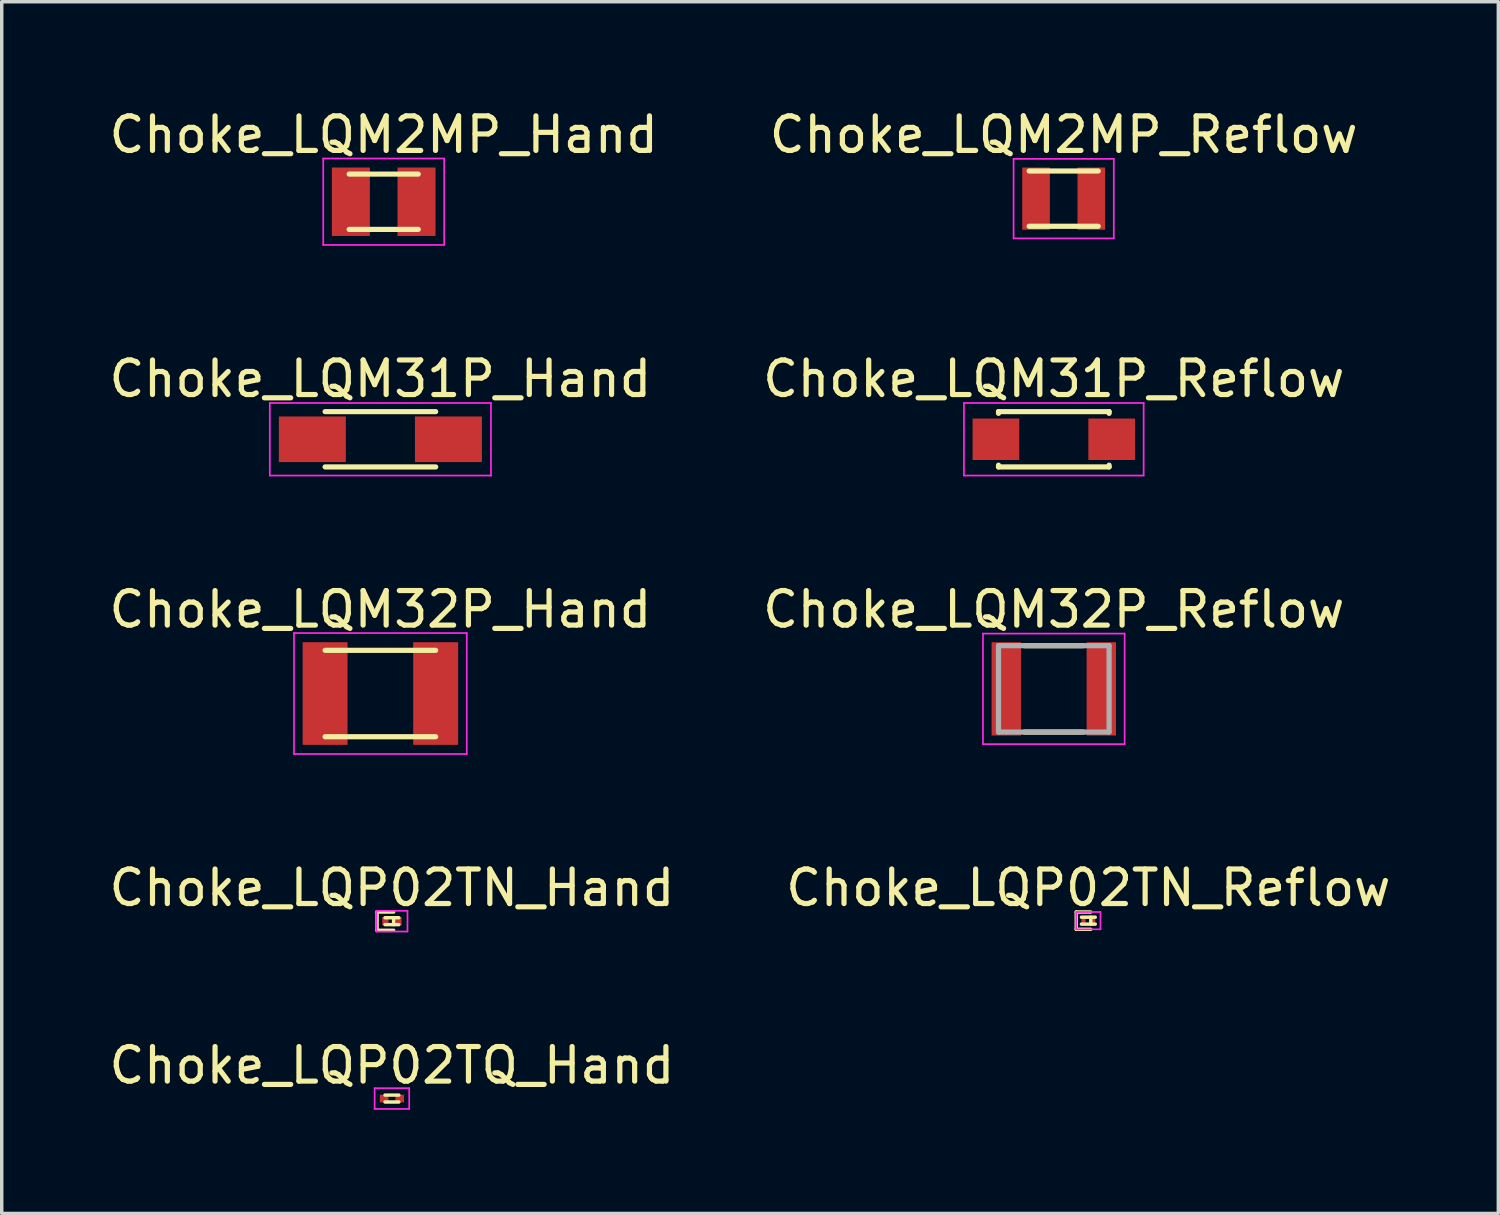
<source format=kicad_pcb>
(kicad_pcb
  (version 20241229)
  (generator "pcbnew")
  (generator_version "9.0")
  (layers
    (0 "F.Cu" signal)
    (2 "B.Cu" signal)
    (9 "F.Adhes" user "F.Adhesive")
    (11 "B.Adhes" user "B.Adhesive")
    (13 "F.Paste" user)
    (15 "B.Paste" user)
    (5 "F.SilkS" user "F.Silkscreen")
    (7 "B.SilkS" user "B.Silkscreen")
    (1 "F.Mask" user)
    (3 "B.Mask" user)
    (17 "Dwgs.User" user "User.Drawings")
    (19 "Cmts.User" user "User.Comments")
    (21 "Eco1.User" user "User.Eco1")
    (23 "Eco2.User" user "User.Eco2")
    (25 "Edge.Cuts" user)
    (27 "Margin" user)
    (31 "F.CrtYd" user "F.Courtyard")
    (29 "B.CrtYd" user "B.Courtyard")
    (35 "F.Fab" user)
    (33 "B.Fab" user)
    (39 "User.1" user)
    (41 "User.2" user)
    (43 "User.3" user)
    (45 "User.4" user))
  (footprint "Choke_LQM2MP_Reflow"
    (layer "F.Cu")
    (at 27.732 2.698)
    (property "Reference" "Choke_LQM2MP_Reflow" (at 0 -1.85 0) (layer "F.SilkS") (effects (font (size 1 1) (thickness 0.15))))
    (attr smd)
    (fp_line (start -1 -0.8) (end 1 -0.8) (stroke (width 0.15) (type solid)) (layer "F.SilkS"))
    (fp_line (start -1 0.8) (end 1 0.8) (stroke (width 0.15) (type solid)) (layer "F.SilkS"))
    (fp_line (start -1.45 -1.15) (end -1.45 1.15) (stroke (width 0.05) (type solid)) (layer "F.CrtYd"))
    (fp_line (start -1.45 -1.15) (end 1.45 -1.15) (stroke (width 0.05) (type solid)) (layer "F.CrtYd"))
    (fp_line (start -1.45 1.15) (end 1.45 1.15) (stroke (width 0.05) (type solid)) (layer "F.CrtYd"))
    (fp_line (start 1.45 -1.15) (end 1.45 1.15) (stroke (width 0.05) (type solid)) (layer "F.CrtYd"))
    (pad "1" smd rect (at -0.8 0) (size 0.8 1.8) (layers "F.Cu" "F.Mask" "F.Paste"))
    (pad "2" smd rect (at 0.8 0) (size 0.8 1.8) (layers "F.Cu" "F.Mask" "F.Paste")))
  (footprint "Choke_LQM32P_Hand"
    (layer "F.Cu")
    (at 7.958 17.02)
    (property "Reference" "Choke_LQM32P_Hand" (at 0 -2.435 0) (layer "F.SilkS") (effects (font (size 1 1) (thickness 0.15))))
    (attr smd)
    (fp_line (start -1.6 -1.25) (end 1.6 -1.25) (stroke (width 0.15) (type solid)) (layer "F.SilkS"))
    (fp_line (start -1.6 1.25) (end 1.6 1.25) (stroke (width 0.15) (type solid)) (layer "F.SilkS"))
    (fp_line (start -2.5 -1.75) (end -2.5 1.75) (stroke (width 0.05) (type solid)) (layer "F.CrtYd"))
    (fp_line (start -2.5 -1.75) (end 2.5 -1.75) (stroke (width 0.05) (type solid)) (layer "F.CrtYd"))
    (fp_line (start -2.5 1.75) (end 2.5 1.75) (stroke (width 0.05) (type solid)) (layer "F.CrtYd"))
    (fp_line (start 2.5 -1.75) (end 2.5 1.75) (stroke (width 0.05) (type solid)) (layer "F.CrtYd"))
    (pad "1" smd rect (at -1.6 0) (size 1.3 2.97) (layers "F.Cu" "F.Mask" "F.Paste"))
    (pad "2" smd rect (at 1.6 0) (size 1.3 2.97) (layers "F.Cu" "F.Mask" "F.Paste")))
  (footprint "Choke_LQM31P_Hand"
    (layer "F.Cu")
    (at 7.958 9.662)
    (property "Reference" "Choke_LQM31P_Hand" (at 0 -1.75 0) (layer "F.SilkS") (effects (font (size 1 1) (thickness 0.15))))
    (attr smd)
    (fp_line (start -1.6 -0.8) (end 1.6 -0.8) (stroke (width 0.15) (type solid)) (layer "F.SilkS"))
    (fp_line (start -1.6 0.8) (end 1.6 0.8) (stroke (width 0.15) (type solid)) (layer "F.SilkS"))
    (fp_line (start -3.2 -1.05) (end -3.2 1.05) (stroke (width 0.05) (type solid)) (layer "F.CrtYd"))
    (fp_line (start -3.2 -1.05) (end 3.2 -1.05) (stroke (width 0.05) (type solid)) (layer "F.CrtYd"))
    (fp_line (start -3.2 1.05) (end 3.2 1.05) (stroke (width 0.05) (type solid)) (layer "F.CrtYd"))
    (fp_line (start 3.2 -1.05) (end 3.2 1.05) (stroke (width 0.05) (type solid)) (layer "F.CrtYd"))
    (pad "1" smd rect (at -1.969 0) (size 1.938 1.32) (layers "F.Cu" "F.Mask" "F.Paste"))
    (pad "2" smd rect (at 1.969 0) (size 1.938 1.32) (layers "F.Cu" "F.Mask" "F.Paste")))
  (footprint "Choke_LQM31P_Reflow"
    (layer "F.Cu")
    (at 27.446 9.662)
    (property "Reference" "Choke_LQM31P_Reflow" (at 0 -1.75 0) (layer "F.SilkS") (effects (font (size 1 1) (thickness 0.15))))
    (attr smd)
    (fp_line (start -1.6 -0.8) (end -1.6 -0.75) (stroke (width 0.15) (type solid)) (layer "F.SilkS"))
    (fp_line (start -1.6 -0.8) (end 1.6 -0.8) (stroke (width 0.15) (type solid)) (layer "F.SilkS"))
    (fp_line (start -1.6 0.75) (end -1.6 0.8) (stroke (width 0.15) (type solid)) (layer "F.SilkS"))
    (fp_line (start -1.6 0.8) (end 1.6 0.8) (stroke (width 0.15) (type solid)) (layer "F.SilkS"))
    (fp_line (start 1.6 -0.8) (end 1.6 -0.75) (stroke (width 0.15) (type solid)) (layer "F.SilkS"))
    (fp_line (start 1.6 0.75) (end 1.6 0.8) (stroke (width 0.15) (type solid)) (layer "F.SilkS"))
    (fp_line (start -2.6 -1.05) (end -2.6 1.05) (stroke (width 0.05) (type solid)) (layer "F.CrtYd"))
    (fp_line (start -2.6 -1.05) (end 2.6 -1.05) (stroke (width 0.05) (type solid)) (layer "F.CrtYd"))
    (fp_line (start -2.6 1.05) (end 2.6 1.05) (stroke (width 0.05) (type solid)) (layer "F.CrtYd"))
    (fp_line (start 2.6 -1.05) (end 2.6 1.05) (stroke (width 0.05) (type solid)) (layer "F.CrtYd"))
    (pad "1" smd rect (at -1.675 0) (size 1.35 1.2) (layers "F.Cu" "F.Mask" "F.Paste"))
    (pad "2" smd rect (at 1.675 0) (size 1.35 1.2) (layers "F.Cu" "F.Mask" "F.Paste")))
  (footprint "Choke_LQM2MP_Hand"
    (layer "F.Cu")
    (at 8.054 2.788)
    (property "Reference" "Choke_LQM2MP_Hand" (at 0 -1.94 0) (layer "F.SilkS") (effects (font (size 1 1) (thickness 0.15))))
    (attr smd)
    (fp_line (start -1 -0.8) (end 1 -0.8) (stroke (width 0.15) (type solid)) (layer "F.SilkS"))
    (fp_line (start -1 0.8) (end 1 0.8) (stroke (width 0.15) (type solid)) (layer "F.SilkS"))
    (fp_line (start -1.75 -1.25) (end -1.75 1.25) (stroke (width 0.05) (type solid)) (layer "F.CrtYd"))
    (fp_line (start -1.75 -1.25) (end 1.75 -1.25) (stroke (width 0.05) (type solid)) (layer "F.CrtYd"))
    (fp_line (start -1.75 1.25) (end 1.75 1.25) (stroke (width 0.05) (type solid)) (layer "F.CrtYd"))
    (fp_line (start 1.75 -1.25) (end 1.75 1.25) (stroke (width 0.05) (type solid)) (layer "F.CrtYd"))
    (pad "1" smd rect (at -0.95 0) (size 1.1 1.98) (layers "F.Cu" "F.Mask" "F.Paste"))
    (pad "2" smd rect (at 0.95 0) (size 1.1 1.98) (layers "F.Cu" "F.Mask" "F.Paste")))
  (footprint "Choke_LQP02TQ_Hand"
    (layer "F.Cu")
    (at 8.292 28.741)
    (property "Reference" "Choke_LQP02TQ_Hand" (at 0 -0.96 0) (layer "F.SilkS") (effects (font (size 1 1) (thickness 0.15))))
    (attr smd)
    (fp_line (start -0.2 -0.1) (end 0.2 -0.1) (stroke (width 0.1) (type solid)) (layer "F.SilkS"))
    (fp_line (start -0.2 0.1) (end 0.2 0.1) (stroke (width 0.1) (type solid)) (layer "F.SilkS"))
    (fp_line (start -0.5 -0.3) (end -0.5 0.3) (stroke (width 0.05) (type solid)) (layer "F.CrtYd"))
    (fp_line (start -0.5 -0.3) (end 0.5 -0.3) (stroke (width 0.05) (type solid)) (layer "F.CrtYd"))
    (fp_line (start -0.5 0.3) (end 0.5 0.3) (stroke (width 0.05) (type solid)) (layer "F.CrtYd"))
    (fp_line (start 0.5 -0.3) (end 0.5 0.3) (stroke (width 0.05) (type solid)) (layer "F.CrtYd"))
    (pad "1" smd rect (at -0.225 0) (size 0.25 0.22) (layers "F.Cu" "F.Mask" "F.Paste"))
    (pad "2" smd rect (at 0.225 0) (size 0.25 0.22) (layers "F.Cu" "F.Mask" "F.Paste")))
  (footprint "Choke_LQP02TN_Reflow"
    (layer "F.Cu")
    (at 28.446 23.593)
    (property "Reference" "Choke_LQP02TN_Reflow" (at 0 -0.95 0) (layer "F.SilkS") (effects (font (size 1 1) (thickness 0.15))))
    (attr smd)
    (fp_line (start -0.35 -0.25) (end 0.07 -0.25) (stroke (width 0.1) (type solid)) (layer "F.SilkS"))
    (fp_line (start -0.35 0.25) (end -0.35 -0.25) (stroke (width 0.1) (type solid)) (layer "F.SilkS"))
    (fp_line (start -0.35 0.25) (end 0.07 0.25) (stroke (width 0.1) (type solid)) (layer "F.SilkS"))
    (fp_line (start -0.2 -0.1) (end 0.2 -0.1) (stroke (width 0.1) (type solid)) (layer "F.SilkS"))
    (fp_line (start -0.2 0.1) (end 0.2 0.1) (stroke (width 0.1) (type solid)) (layer "F.SilkS"))
    (fp_line (start 0.07 -0.1) (end 0.07 0.1) (stroke (width 0.1) (type solid)) (layer "F.SilkS"))
    (fp_line (start -0.35 -0.25) (end -0.35 0.25) (stroke (width 0.05) (type solid)) (layer "F.CrtYd"))
    (fp_line (start -0.35 -0.25) (end 0.35 -0.25) (stroke (width 0.05) (type solid)) (layer "F.CrtYd"))
    (fp_line (start -0.35 0.25) (end 0.35 0.25) (stroke (width 0.05) (type solid)) (layer "F.CrtYd"))
    (fp_line (start 0.35 -0.25) (end 0.35 0.25) (stroke (width 0.05) (type solid)) (layer "F.CrtYd"))
    (pad "1" smd rect (at -0.14 0) (size 0.12 0.2) (layers "F.Cu" "F.Mask" "F.Paste"))
    (pad "2" smd rect (at 0.14 0) (size 0.12 0.2) (layers "F.Cu" "F.Mask" "F.Paste")))
  (footprint "Choke_LQP02TN_Hand"
    (layer "F.Cu")
    (at 8.292 23.608)
    (property "Reference" "Choke_LQP02TN_Hand" (at 0 -0.965 0) (layer "F.SilkS") (effects (font (size 1 1) (thickness 0.15))))
    (attr smd)
    (fp_line (start -0.43 -0.265) (end 0.05 -0.265) (stroke (width 0.1) (type solid)) (layer "F.SilkS"))
    (fp_line (start -0.43 0.265) (end -0.43 -0.265) (stroke (width 0.1) (type solid)) (layer "F.SilkS"))
    (fp_line (start -0.43 0.265) (end 0.05 0.265) (stroke (width 0.1) (type solid)) (layer "F.SilkS"))
    (fp_line (start -0.2 -0.1) (end 0.2 -0.1) (stroke (width 0.1) (type solid)) (layer "F.SilkS"))
    (fp_line (start -0.2 0.1) (end 0.2 0.1) (stroke (width 0.1) (type solid)) (layer "F.SilkS"))
    (fp_line (start 0.05 -0.1) (end 0.05 0.1) (stroke (width 0.1) (type solid)) (layer "F.SilkS"))
    (fp_line (start -0.45 -0.3) (end -0.45 0.3) (stroke (width 0.05) (type solid)) (layer "F.CrtYd"))
    (fp_line (start -0.45 -0.3) (end 0.45 -0.3) (stroke (width 0.05) (type solid)) (layer "F.CrtYd"))
    (fp_line (start -0.45 0.3) (end 0.45 0.3) (stroke (width 0.05) (type solid)) (layer "F.CrtYd"))
    (fp_line (start 0.45 -0.3) (end 0.45 0.3) (stroke (width 0.05) (type solid)) (layer "F.CrtYd"))
    (pad "1" smd rect (at -0.19 0) (size 0.18 0.23) (layers "F.Cu" "F.Mask" "F.Paste"))
    (pad "2" smd rect (at 0.19 0) (size 0.18 0.23) (layers "F.Cu" "F.Mask" "F.Paste")))
  (footprint "Choke_LQM32P_Reflow"
    (layer "F.Cu")
    (at 27.446 16.885)
    (property "Reference" "Choke_LQM32P_Reflow" (at 0 -2.3 0) (layer "F.SilkS") (effects (font (size 1 1) (thickness 0.15))))
    (attr smd)
    (fp_line (start -0.85 -1.25) (end 0.85 -1.25) (stroke (width 0.15) (type solid)) (layer "F.SilkS"))
    (fp_line (start -0.85 1.25) (end 0.85 1.25) (stroke (width 0.15) (type solid)) (layer "F.SilkS"))
    (fp_line (start -2.05 -1.6) (end -2.05 1.6) (stroke (width 0.05) (type solid)) (layer "F.CrtYd"))
    (fp_line (start -2.05 -1.6) (end 2.05 -1.6) (stroke (width 0.05) (type solid)) (layer "F.CrtYd"))
    (fp_line (start -2.05 1.6) (end 2.05 1.6) (stroke (width 0.05) (type solid)) (layer "F.CrtYd"))
    (fp_line (start 2.05 -1.6) (end 2.05 1.6) (stroke (width 0.05) (type solid)) (layer "F.CrtYd"))
    (fp_line (start -1.6 -1.25) (end -1.6 1.25) (stroke (width 0.15) (type solid)) (layer "F.Fab"))
    (fp_line (start -1.6 -1.25) (end 1.6 -1.25) (stroke (width 0.15) (type solid)) (layer "F.Fab"))
    (fp_line (start -1.6 1.25) (end 1.6 1.25) (stroke (width 0.15) (type solid)) (layer "F.Fab"))
    (fp_line (start 1.6 -1.25) (end 1.6 1.25) (stroke (width 0.15) (type solid)) (layer "F.Fab"))
    (pad "1" smd rect (at -1.375 0) (size 0.85 2.7) (layers "F.Cu" "F.Mask" "F.Paste"))
    (pad "2" smd rect (at 1.375 0) (size 0.85 2.7) (layers "F.Cu" "F.Mask" "F.Paste")))
  (gr_rect
    (start -3 -3)
    (end 40.31 32.066)
    (stroke (width 0.1) (type default))
    (fill no)
    (layer "Edge.Cuts")))
</source>
